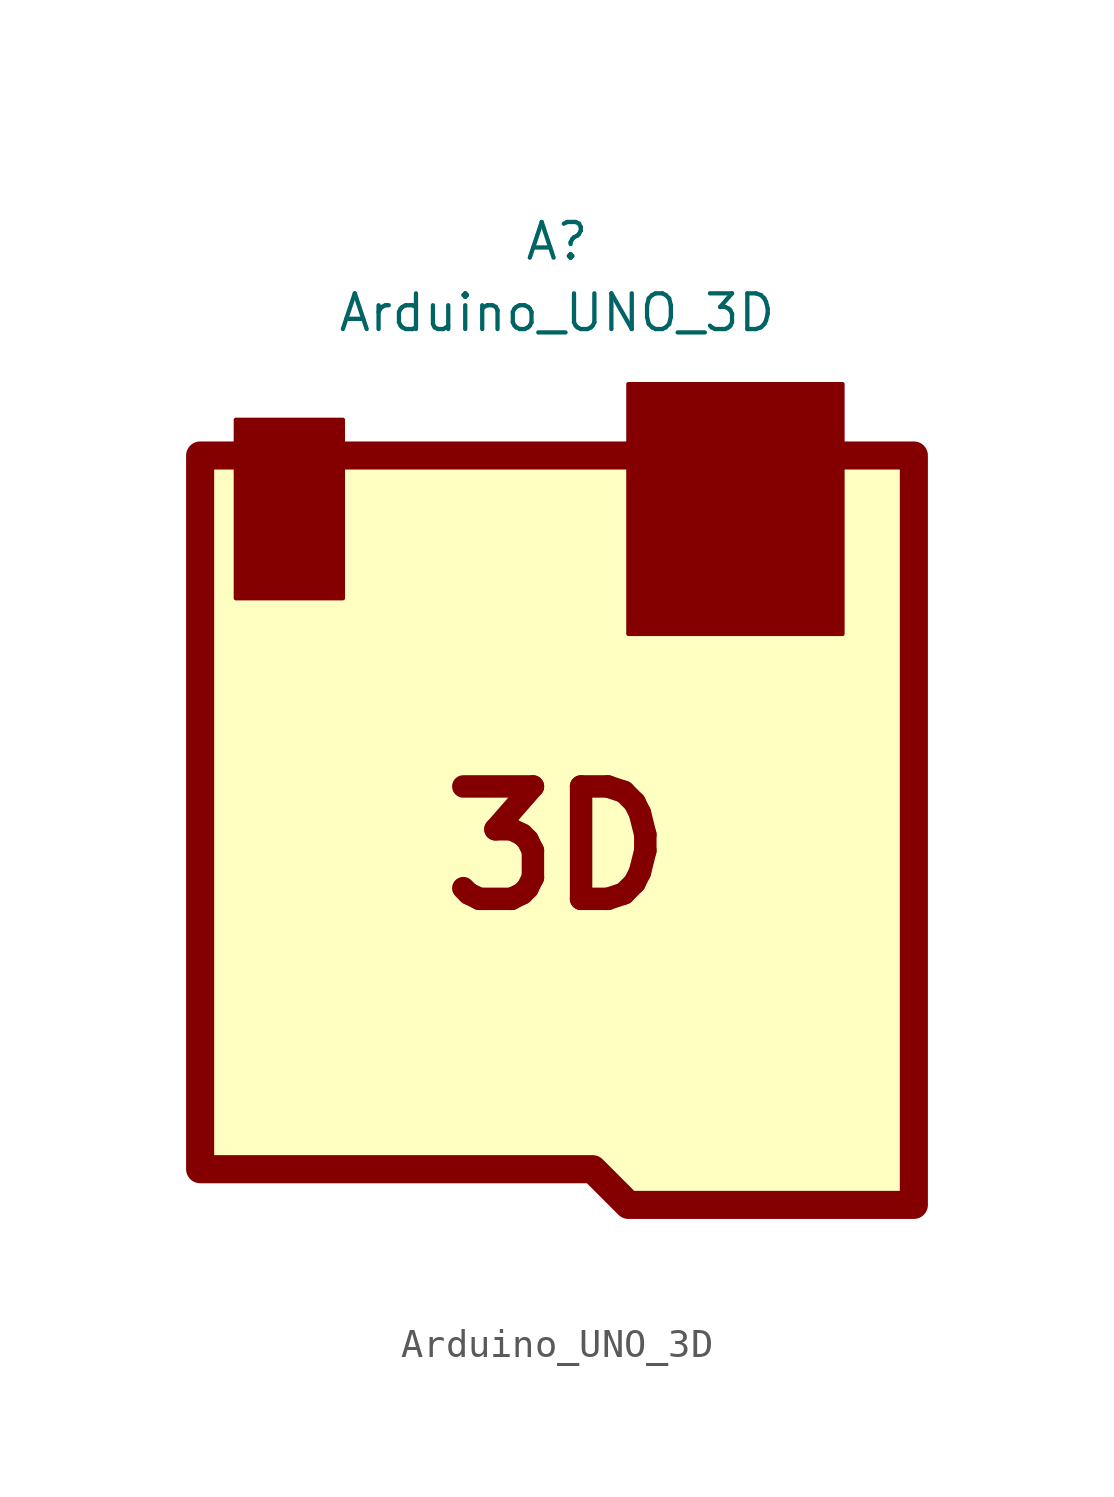
<source format=kicad_sym>
(kicad_symbol_lib
  (version 20220914)
  (generator kicad_symbol_editor)
  (symbol "Arduino_UNO_3D"
    (property "Reference" "A"
      (at -1.27 21.59 0)
      (effects (font (size 1.27 1.27))))
    (property "Value" "Arduino_UNO_3D"
      (at -1.27 19.05 0)
      (effects (font (size 1.27 1.27))))
    (symbol "Arduino_UNO_3D_0_0"
      (text "3D" (at -1.27 0 0) (effects (font (size 4 4) bold))))
    (symbol "Arduino_UNO_3D_0_1"
      (polyline (pts (xy -12.7 15.24) (xy -12.7 8.89) (xy -8.89 8.89) (xy -8.89 15.24) (xy -12.7 15.24)) (stroke (width 0) (type default)) (fill (type outline)))
      (polyline (pts (xy 8.89 16.51) (xy 8.89 7.62) (xy 1.27 7.62) (xy 1.27 16.51) (xy 8.89 16.51)) (stroke (width 0) (type default)) (fill (type outline)))
      (polyline (pts (xy -13.97 11.43) (xy -13.97 -11.43) (xy 0 -11.43) (xy 1.27 -12.7) (xy 11.43 -12.7) (xy 11.43 13.97) (xy -13.97 13.97) (xy -13.97 11.43)) (stroke (width 1) (type default)) (fill (type background))))))
</source>
